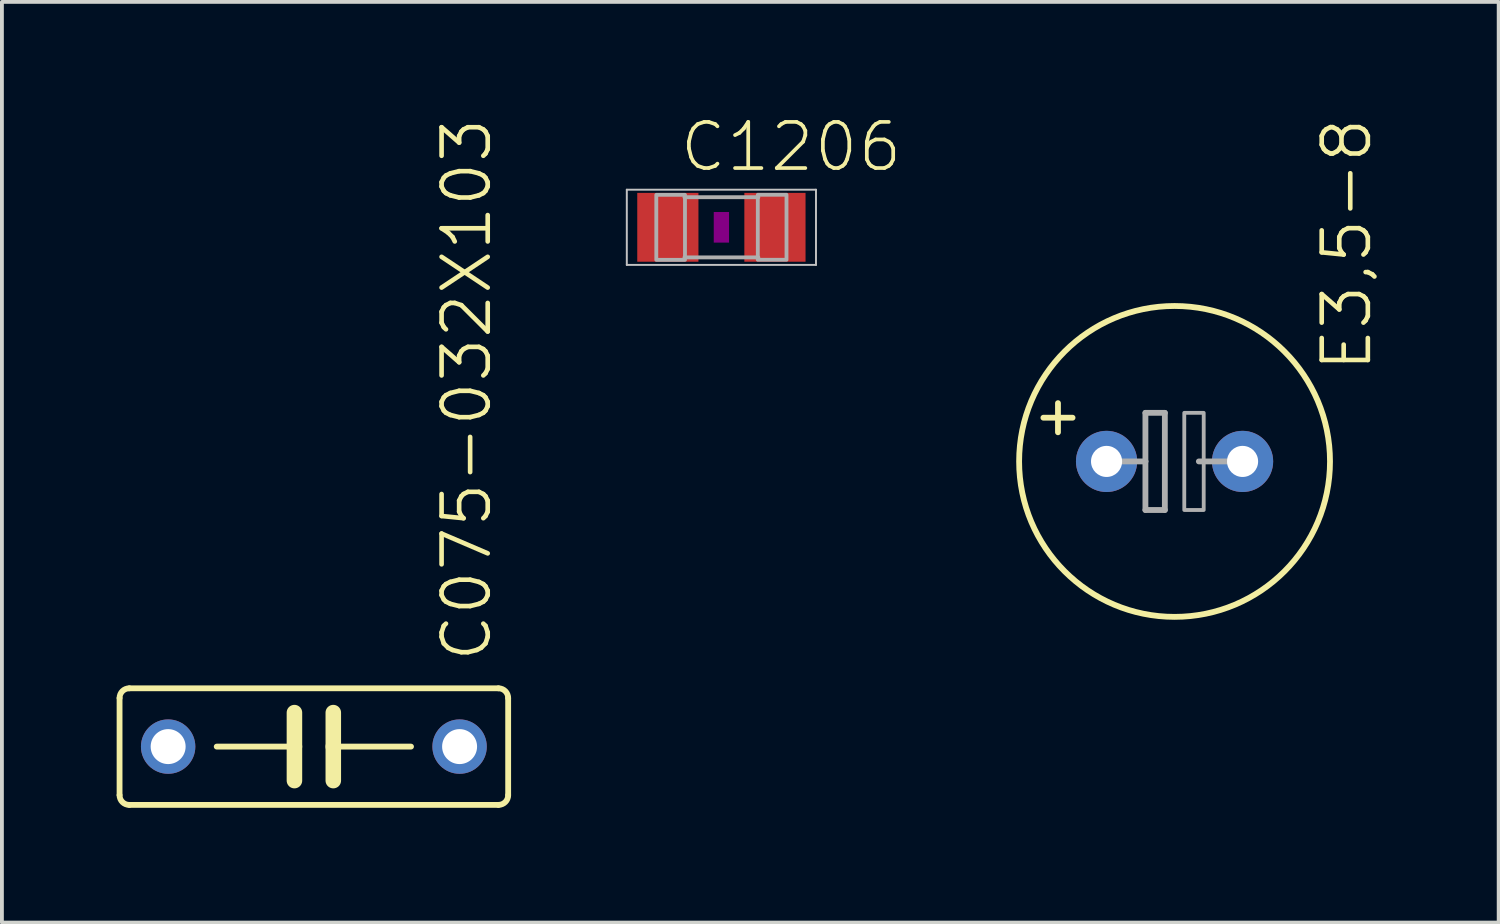
<source format=kicad_pcb>
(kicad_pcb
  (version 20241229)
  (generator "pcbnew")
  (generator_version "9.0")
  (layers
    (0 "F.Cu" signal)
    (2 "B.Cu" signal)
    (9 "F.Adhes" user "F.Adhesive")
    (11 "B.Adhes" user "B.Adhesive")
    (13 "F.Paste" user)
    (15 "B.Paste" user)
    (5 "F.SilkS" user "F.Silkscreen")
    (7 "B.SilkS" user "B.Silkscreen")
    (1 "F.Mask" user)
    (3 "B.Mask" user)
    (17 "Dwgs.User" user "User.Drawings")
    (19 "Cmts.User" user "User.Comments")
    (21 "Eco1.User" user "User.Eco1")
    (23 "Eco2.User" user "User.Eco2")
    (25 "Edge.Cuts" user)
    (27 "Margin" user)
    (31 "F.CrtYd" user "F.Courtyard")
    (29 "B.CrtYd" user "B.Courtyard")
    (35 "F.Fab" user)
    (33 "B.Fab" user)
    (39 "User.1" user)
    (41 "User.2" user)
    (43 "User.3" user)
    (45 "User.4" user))
  (footprint "C075-032X103"
    (layer "F.Cu")
    (at 5.156 16.47)
    (property "Reference" "C075-032X103" (at 4.699 -2.159 270) (layer "F.SilkS") (effects (font (size 1.206 1.206) (thickness 0.121)) (justify left bottom)))
    (attr through_hole)
    (fp_line (start -5.08 -1.27) (end -5.08 1.27) (stroke (width 0.152) (type solid)) (layer "F.SilkS"))
    (fp_line (start -4.826 1.524) (end 4.826 1.524) (stroke (width 0.152) (type solid)) (layer "F.SilkS"))
    (fp_line (start -2.54 0) (end -0.508 0) (stroke (width 0.152) (type solid)) (layer "F.SilkS"))
    (fp_line (start -0.508 -0.889) (end -0.508 0) (stroke (width 0.406) (type solid)) (layer "F.SilkS"))
    (fp_line (start -0.508 0) (end -0.508 0.889) (stroke (width 0.406) (type solid)) (layer "F.SilkS"))
    (fp_line (start 0.508 -0.889) (end 0.508 0) (stroke (width 0.406) (type solid)) (layer "F.SilkS"))
    (fp_line (start 0.508 0) (end 0.508 0.889) (stroke (width 0.406) (type solid)) (layer "F.SilkS"))
    (fp_line (start 0.508 0) (end 2.54 0) (stroke (width 0.152) (type solid)) (layer "F.SilkS"))
    (fp_line (start 4.826 -1.524) (end -4.826 -1.524) (stroke (width 0.152) (type solid)) (layer "F.SilkS"))
    (fp_line (start 5.08 1.27) (end 5.08 -1.27) (stroke (width 0.152) (type solid)) (layer "F.SilkS"))
    (fp_arc (start -5.08 -1.27) (mid -5.005605 -1.449605) (end -4.826 -1.524) (stroke (width 0.1524) (type solid)) (layer "F.SilkS"))
    (fp_arc (start -4.826 1.524) (mid -5.005605 1.449605) (end -5.08 1.27) (stroke (width 0.1524) (type solid)) (layer "F.SilkS"))
    (fp_arc (start 4.826 -1.524) (mid 5.005605 -1.449605) (end 5.08 -1.27) (stroke (width 0.1524) (type solid)) (layer "F.SilkS"))
    (fp_arc (start 5.08 1.27) (mid 5.005605 1.449605) (end 4.826 1.524) (stroke (width 0.1524) (type solid)) (layer "F.SilkS"))
    (pad "1" thru_hole circle (at -3.81 0) (size 1.422 1.422) (drill 0.914) (layers "*.Cu" "*.Mask"))
    (pad "2" thru_hole circle (at 3.81 0) (size 1.422 1.422) (drill 0.914) (layers "*.Cu" "*.Mask")))
  (footprint "E3,5-8"
    (layer "F.Cu")
    (at 27.659 9.014)
    (property "Reference" "E3,5-8" (at 5.207 -2.286 270) (layer "F.SilkS") (effects (font (size 1.206 1.206) (thickness 0.121)) (justify left bottom)))
    (attr through_hole)
    (fp_line (start -3.429 -1.143) (end -2.667 -1.143) (stroke (width 0.152) (type solid)) (layer "F.SilkS"))
    (fp_line (start -3.048 -0.762) (end -3.048 -1.524) (stroke (width 0.152) (type solid)) (layer "F.SilkS"))
    (fp_circle (center 0 0) (end 4.064 0) (stroke (width 0.152) (type solid)) (fill no) (layer "F.SilkS"))
    (fp_line (start -1.651 0) (end -0.762 0) (stroke (width 0.152) (type solid)) (layer "F.Fab"))
    (fp_line (start -0.762 -1.27) (end -0.762 0) (stroke (width 0.152) (type solid)) (layer "F.Fab"))
    (fp_line (start -0.762 0) (end -0.762 1.27) (stroke (width 0.152) (type solid)) (layer "F.Fab"))
    (fp_line (start -0.762 1.27) (end -0.254 1.27) (stroke (width 0.152) (type solid)) (layer "F.Fab"))
    (fp_line (start -0.254 -1.27) (end -0.762 -1.27) (stroke (width 0.152) (type solid)) (layer "F.Fab"))
    (fp_line (start -0.254 1.27) (end -0.254 -1.27) (stroke (width 0.152) (type solid)) (layer "F.Fab"))
    (fp_line (start 0.635 0) (end 1.651 0) (stroke (width 0.152) (type solid)) (layer "F.Fab"))
    (fp_poly (pts (xy 0.254 1.27) (xy 0.762 1.27) (xy 0.762 -1.27) (xy 0.254 -1.27)) (stroke (width 0.1) (type solid)) (fill no) (layer "F.Fab"))
    (pad "+" thru_hole circle (at -1.778 0) (size 1.6 1.6) (drill 0.813) (layers "*.Cu" "*.Mask"))
    (pad "-" thru_hole circle (at 1.778 0) (size 1.6 1.6) (drill 0.813) (layers "*.Cu" "*.Mask")))
  (footprint "C1206"
    (layer "F.Cu")
    (at 15.811 2.893)
    (property "Reference" "C1206" (at -1.143 -1.397 0) (layer "F.SilkS") (effects (font (size 1.206 1.206) (thickness 0.097)) (justify left bottom)))
    (attr through_hole)
    (fp_poly (pts (xy -0.2 0.4) (xy 0.2 0.4) (xy 0.2 -0.4) (xy -0.2 -0.4)) (stroke (width 0) (type solid)) (fill yes) (layer "F.Adhes"))
    (fp_line (start -2.473 -0.983) (end 2.473 -0.983) (stroke (width 0.051) (type solid)) (layer "Dwgs.User"))
    (fp_line (start -2.473 0.983) (end -2.473 -0.983) (stroke (width 0.051) (type solid)) (layer "Dwgs.User"))
    (fp_line (start 2.473 -0.983) (end 2.473 0.983) (stroke (width 0.051) (type solid)) (layer "Dwgs.User"))
    (fp_line (start 2.473 0.983) (end -2.473 0.983) (stroke (width 0.051) (type solid)) (layer "Dwgs.User"))
    (fp_line (start -0.965 -0.787) (end 0.965 -0.787) (stroke (width 0.102) (type solid)) (layer "F.Fab"))
    (fp_line (start -0.965 0.787) (end 0.965 0.787) (stroke (width 0.102) (type solid)) (layer "F.Fab"))
    (fp_poly (pts (xy -1.702 0.851) (xy -0.952 0.851) (xy -0.952 -0.849) (xy -1.702 -0.849)) (stroke (width 0.1) (type solid)) (fill no) (layer "F.Fab"))
    (fp_poly (pts (xy 0.952 0.849) (xy 1.702 0.849) (xy 1.702 -0.851) (xy 0.952 -0.851)) (stroke (width 0.1) (type solid)) (fill no) (layer "F.Fab"))
    (pad "1" smd rect (at -1.4 0) (size 1.6 1.8) (layers "F.Cu" "F.Mask" "F.Paste"))
    (pad "2" smd rect (at 1.4 0) (size 1.6 1.8) (layers "F.Cu" "F.Mask" "F.Paste")))
  (gr_rect
    (start -3 -3)
    (end 36.133 21.071)
    (stroke (width 0.1) (type default))
    (fill no)
    (layer "Edge.Cuts")))
</source>
